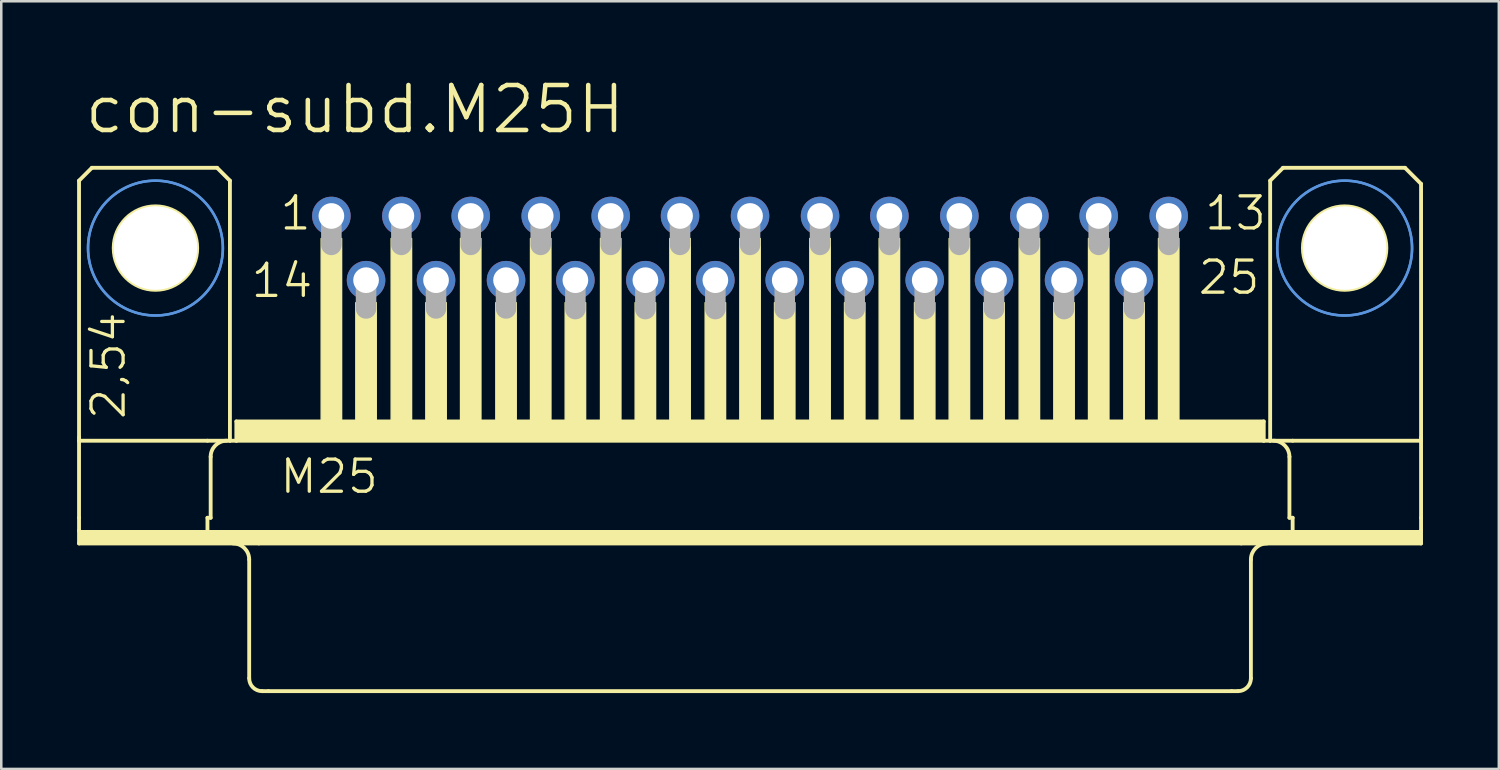
<source format=kicad_pcb>
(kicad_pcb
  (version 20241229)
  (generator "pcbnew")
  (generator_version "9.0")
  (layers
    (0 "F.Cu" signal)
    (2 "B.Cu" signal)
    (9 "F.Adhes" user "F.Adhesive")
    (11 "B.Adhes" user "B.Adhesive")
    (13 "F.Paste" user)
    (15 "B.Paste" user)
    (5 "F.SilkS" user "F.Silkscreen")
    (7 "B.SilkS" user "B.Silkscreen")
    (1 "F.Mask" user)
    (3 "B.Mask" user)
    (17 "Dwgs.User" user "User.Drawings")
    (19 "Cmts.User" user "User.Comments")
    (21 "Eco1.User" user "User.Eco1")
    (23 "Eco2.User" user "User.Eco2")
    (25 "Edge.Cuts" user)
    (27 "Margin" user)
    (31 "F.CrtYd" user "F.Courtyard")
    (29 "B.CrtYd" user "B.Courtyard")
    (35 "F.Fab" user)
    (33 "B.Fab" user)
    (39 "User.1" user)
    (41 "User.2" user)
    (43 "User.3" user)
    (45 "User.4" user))
  (footprint "con-subd.M25H"
    (layer "F.Cu")
    (at 26.619 6.763)
    (property "Reference" "con-subd.M25H" (at -26.416 -4.445 0) (layer "F.SilkS") (effects (font (size 1.778 1.778) (thickness 0.18)) (justify left bottom)))
    (attr through_hole)
    (fp_line (start -26.543 -2.667) (end -26.543 7.493) (stroke (width 0.152) (type default)) (layer "F.SilkS"))
    (fp_line (start -26.543 7.62) (end -26.543 7.493) (stroke (width 0.152) (type default)) (layer "F.SilkS"))
    (fp_line (start -26.543 10.668) (end -26.543 7.62) (stroke (width 0.152) (type default)) (layer "F.SilkS"))
    (fp_line (start -26.543 11.176) (end -26.543 10.668) (stroke (width 0.152) (type default)) (layer "F.SilkS"))
    (fp_line (start -26.543 11.684) (end -26.543 11.176) (stroke (width 0.152) (type default)) (layer "F.SilkS"))
    (fp_line (start -26.035 -3.175) (end -26.543 -2.667) (stroke (width 0.152) (type default)) (layer "F.SilkS"))
    (fp_line (start -21.463 7.62) (end -26.543 7.62) (stroke (width 0.152) (type default)) (layer "F.SilkS"))
    (fp_line (start -21.463 10.668) (end -21.463 11.176) (stroke (width 0.152) (type default)) (layer "F.SilkS"))
    (fp_line (start -21.336 8.255) (end -21.336 10.668) (stroke (width 0.152) (type default)) (layer "F.SilkS"))
    (fp_line (start -21.336 10.668) (end -21.463 10.668) (stroke (width 0.152) (type default)) (layer "F.SilkS"))
    (fp_line (start -21.082 -3.175) (end -26.035 -3.175) (stroke (width 0.152) (type default)) (layer "F.SilkS"))
    (fp_line (start -20.574 -2.667) (end -21.082 -3.175) (stroke (width 0.152) (type default)) (layer "F.SilkS"))
    (fp_line (start -20.574 -2.667) (end -20.574 7.62) (stroke (width 0.152) (type default)) (layer "F.SilkS"))
    (fp_line (start -20.574 7.62) (end -21.463 7.62) (stroke (width 0.152) (type default)) (layer "F.SilkS"))
    (fp_line (start -20.32 7.62) (end -20.574 7.62) (stroke (width 0.152) (type default)) (layer "F.SilkS"))
    (fp_line (start -20.32 7.62) (end -20.32 6.858) (stroke (width 0.152) (type default)) (layer "F.SilkS"))
    (fp_line (start -19.812 12.319) (end -19.812 17.018) (stroke (width 0.152) (type default)) (layer "F.SilkS"))
    (fp_line (start -19.431 11.684) (end -26.543 11.684) (stroke (width 0.152) (type default)) (layer "F.SilkS"))
    (fp_line (start -19.05 17.526) (end -19.304 17.526) (stroke (width 0.152) (type default)) (layer "F.SilkS"))
    (fp_line (start 19.05 17.526) (end -19.05 17.526) (stroke (width 0.152) (type default)) (layer "F.SilkS"))
    (fp_line (start 19.304 17.526) (end 19.05 17.526) (stroke (width 0.152) (type default)) (layer "F.SilkS"))
    (fp_line (start 19.431 11.684) (end -19.431 11.684) (stroke (width 0.152) (type default)) (layer "F.SilkS"))
    (fp_line (start 19.812 12.319) (end 19.812 17.018) (stroke (width 0.152) (type default)) (layer "F.SilkS"))
    (fp_line (start 20.32 6.858) (end -20.32 6.858) (stroke (width 0.152) (type default)) (layer "F.SilkS"))
    (fp_line (start 20.32 7.62) (end -20.32 7.62) (stroke (width 0.152) (type default)) (layer "F.SilkS"))
    (fp_line (start 20.32 7.62) (end 20.32 6.858) (stroke (width 0.152) (type default)) (layer "F.SilkS"))
    (fp_line (start 20.574 -2.667) (end 20.574 7.62) (stroke (width 0.152) (type default)) (layer "F.SilkS"))
    (fp_line (start 20.574 7.62) (end 20.32 7.62) (stroke (width 0.152) (type default)) (layer "F.SilkS"))
    (fp_line (start 21.082 -3.175) (end 20.574 -2.667) (stroke (width 0.152) (type default)) (layer "F.SilkS"))
    (fp_line (start 21.082 -3.175) (end 25.908 -3.175) (stroke (width 0.152) (type default)) (layer "F.SilkS"))
    (fp_line (start 21.336 8.255) (end 21.336 10.668) (stroke (width 0.152) (type default)) (layer "F.SilkS"))
    (fp_line (start 21.463 7.62) (end 20.574 7.62) (stroke (width 0.152) (type default)) (layer "F.SilkS"))
    (fp_line (start 21.463 10.668) (end 21.336 10.668) (stroke (width 0.152) (type default)) (layer "F.SilkS"))
    (fp_line (start 21.463 10.668) (end 21.463 11.176) (stroke (width 0.152) (type default)) (layer "F.SilkS"))
    (fp_line (start 25.908 -3.175) (end 26.543 -2.54) (stroke (width 0.152) (type default)) (layer "F.SilkS"))
    (fp_line (start 26.543 -2.54) (end 26.543 7.493) (stroke (width 0.152) (type default)) (layer "F.SilkS"))
    (fp_line (start 26.543 7.62) (end 21.463 7.62) (stroke (width 0.152) (type default)) (layer "F.SilkS"))
    (fp_line (start 26.543 7.62) (end 26.543 7.493) (stroke (width 0.152) (type default)) (layer "F.SilkS"))
    (fp_line (start 26.543 7.62) (end 26.543 10.668) (stroke (width 0.152) (type default)) (layer "F.SilkS"))
    (fp_line (start 26.543 10.668) (end 26.543 11.176) (stroke (width 0.152) (type default)) (layer "F.SilkS"))
    (fp_line (start 26.543 11.176) (end 26.543 11.684) (stroke (width 0.152) (type default)) (layer "F.SilkS"))
    (fp_line (start 26.543 11.684) (end 19.431 11.684) (stroke (width 0.152) (type default)) (layer "F.SilkS"))
    (fp_rect (start -26.543 11.684) (end 26.543 11.176) (stroke (width 0.05) (type default)) (fill yes) (layer "F.SilkS"))
    (fp_rect (start -20.32 7.62) (end 20.32 6.858) (stroke (width 0.05) (type default)) (fill yes) (layer "F.SilkS"))
    (fp_rect (start -16.967 6.858) (end -16.154 -0.381) (stroke (width 0.05) (type default)) (fill yes) (layer "F.SilkS"))
    (fp_rect (start -15.596 6.858) (end -14.783 2.159) (stroke (width 0.05) (type default)) (fill yes) (layer "F.SilkS"))
    (fp_rect (start -14.199 6.858) (end -13.386 -0.381) (stroke (width 0.05) (type default)) (fill yes) (layer "F.SilkS"))
    (fp_rect (start -12.827 6.858) (end -12.014 2.159) (stroke (width 0.05) (type default)) (fill yes) (layer "F.SilkS"))
    (fp_rect (start -11.455 6.858) (end -10.643 -0.381) (stroke (width 0.05) (type default)) (fill yes) (layer "F.SilkS"))
    (fp_rect (start -10.058 6.858) (end -9.246 2.159) (stroke (width 0.05) (type default)) (fill yes) (layer "F.SilkS"))
    (fp_rect (start -8.687 6.858) (end -7.874 -0.381) (stroke (width 0.05) (type default)) (fill yes) (layer "F.SilkS"))
    (fp_rect (start -7.315 6.858) (end -6.502 2.159) (stroke (width 0.05) (type default)) (fill yes) (layer "F.SilkS"))
    (fp_rect (start -5.918 6.858) (end -5.105 -0.381) (stroke (width 0.05) (type default)) (fill yes) (layer "F.SilkS"))
    (fp_rect (start -4.547 6.858) (end -3.734 2.159) (stroke (width 0.05) (type default)) (fill yes) (layer "F.SilkS"))
    (fp_rect (start -3.175 6.858) (end -2.362 -0.381) (stroke (width 0.05) (type default)) (fill yes) (layer "F.SilkS"))
    (fp_rect (start -1.778 6.858) (end -0.965 2.159) (stroke (width 0.05) (type default)) (fill yes) (layer "F.SilkS"))
    (fp_rect (start -0.406 6.858) (end 0.406 -0.381) (stroke (width 0.05) (type default)) (fill yes) (layer "F.SilkS"))
    (fp_rect (start 0.965 6.858) (end 1.778 2.159) (stroke (width 0.05) (type default)) (fill yes) (layer "F.SilkS"))
    (fp_rect (start 2.362 6.858) (end 3.175 -0.381) (stroke (width 0.05) (type default)) (fill yes) (layer "F.SilkS"))
    (fp_rect (start 3.734 6.858) (end 4.547 2.159) (stroke (width 0.05) (type default)) (fill yes) (layer "F.SilkS"))
    (fp_rect (start 5.105 6.858) (end 5.918 -0.381) (stroke (width 0.05) (type default)) (fill yes) (layer "F.SilkS"))
    (fp_rect (start 6.502 6.858) (end 7.315 2.159) (stroke (width 0.05) (type default)) (fill yes) (layer "F.SilkS"))
    (fp_rect (start 7.874 6.858) (end 8.687 -0.381) (stroke (width 0.05) (type default)) (fill yes) (layer "F.SilkS"))
    (fp_rect (start 9.246 6.858) (end 10.058 2.159) (stroke (width 0.05) (type default)) (fill yes) (layer "F.SilkS"))
    (fp_rect (start 10.643 6.858) (end 11.455 -0.381) (stroke (width 0.05) (type default)) (fill yes) (layer "F.SilkS"))
    (fp_rect (start 12.014 6.858) (end 12.827 2.159) (stroke (width 0.05) (type default)) (fill yes) (layer "F.SilkS"))
    (fp_rect (start 13.386 6.858) (end 14.199 -0.381) (stroke (width 0.05) (type default)) (fill yes) (layer "F.SilkS"))
    (fp_rect (start 14.783 6.858) (end 15.596 2.159) (stroke (width 0.05) (type default)) (fill yes) (layer "F.SilkS"))
    (fp_rect (start 16.154 6.858) (end 16.967 -0.381) (stroke (width 0.05) (type default)) (fill yes) (layer "F.SilkS"))
    (fp_arc (start -21.336 8.255) (mid -21.150013 7.805987) (end -20.701 7.62) (stroke (width 0.1524) (type default)) (layer "F.SilkS"))
    (fp_arc (start -20.447 11.684) (mid -19.997987 11.869987) (end -19.812 12.319) (stroke (width 0.1524) (type default)) (layer "F.SilkS"))
    (fp_arc (start -19.304 17.526) (mid -19.66321 17.37721) (end -19.812 17.018) (stroke (width 0.1524) (type default)) (layer "F.SilkS"))
    (fp_arc (start 19.812 12.319) (mid 19.997987 11.869987) (end 20.447 11.684) (stroke (width 0.1524) (type default)) (layer "F.SilkS"))
    (fp_arc (start 19.812 17.018) (mid 19.66321 17.37721) (end 19.304 17.526) (stroke (width 0.1524) (type default)) (layer "F.SilkS"))
    (fp_arc (start 20.701 7.62) (mid 21.150013 7.805987) (end 21.336 8.255) (stroke (width 0.1524) (type default)) (layer "F.SilkS"))
    (fp_circle (center -23.52 0) (end -21.869 0) (stroke (width 0.152) (type default)) (fill no) (layer "F.SilkS"))
    (fp_circle (center 23.52 0) (end 25.171 0) (stroke (width 0.152) (type default)) (fill no) (layer "F.SilkS"))
    (fp_circle (center -23.52 0) (end -20.853 0) (stroke (width 0.1) (type default)) (fill no) (layer "Cmts.User"))
    (fp_circle (center -23.52 0) (end -20.853 0) (stroke (width 0.1) (type default)) (fill no) (layer "Cmts.User"))
    (fp_circle (center 23.52 0) (end 26.187 0) (stroke (width 0.1) (type default)) (fill no) (layer "Cmts.User"))
    (fp_circle (center 23.52 0) (end 26.187 0) (stroke (width 0.1) (type default)) (fill no) (layer "Cmts.User"))
    (fp_line (start -16.561 -1.143) (end -16.561 -0.127) (stroke (width 0.813) (type default)) (layer "F.Fab"))
    (fp_line (start -15.189 1.372) (end -15.189 2.388) (stroke (width 0.813) (type default)) (layer "F.Fab"))
    (fp_line (start -13.792 -1.143) (end -13.792 -0.127) (stroke (width 0.813) (type default)) (layer "F.Fab"))
    (fp_line (start -12.421 1.372) (end -12.421 2.388) (stroke (width 0.813) (type default)) (layer "F.Fab"))
    (fp_line (start -11.049 -1.143) (end -11.049 -0.127) (stroke (width 0.813) (type default)) (layer "F.Fab"))
    (fp_line (start -9.652 1.372) (end -9.652 2.388) (stroke (width 0.813) (type default)) (layer "F.Fab"))
    (fp_line (start -8.28 -1.143) (end -8.28 -0.127) (stroke (width 0.813) (type default)) (layer "F.Fab"))
    (fp_line (start -6.909 1.397) (end -6.909 2.413) (stroke (width 0.813) (type default)) (layer "F.Fab"))
    (fp_line (start -5.512 -1.143) (end -5.512 -0.127) (stroke (width 0.813) (type default)) (layer "F.Fab"))
    (fp_line (start -4.14 1.397) (end -4.14 2.413) (stroke (width 0.813) (type default)) (layer "F.Fab"))
    (fp_line (start -2.769 -1.143) (end -2.769 -0.127) (stroke (width 0.813) (type default)) (layer "F.Fab"))
    (fp_line (start -1.372 1.397) (end -1.372 2.413) (stroke (width 0.813) (type default)) (layer "F.Fab"))
    (fp_line (start 0 -1.143) (end 0 -0.127) (stroke (width 0.813) (type default)) (layer "F.Fab"))
    (fp_line (start 1.372 1.397) (end 1.372 2.413) (stroke (width 0.813) (type default)) (layer "F.Fab"))
    (fp_line (start 2.769 -1.143) (end 2.769 -0.127) (stroke (width 0.813) (type default)) (layer "F.Fab"))
    (fp_line (start 4.14 1.397) (end 4.14 2.413) (stroke (width 0.813) (type default)) (layer "F.Fab"))
    (fp_line (start 5.512 -1.143) (end 5.512 -0.127) (stroke (width 0.813) (type default)) (layer "F.Fab"))
    (fp_line (start 6.909 1.397) (end 6.909 2.413) (stroke (width 0.813) (type default)) (layer "F.Fab"))
    (fp_line (start 8.28 -1.143) (end 8.28 -0.127) (stroke (width 0.813) (type default)) (layer "F.Fab"))
    (fp_line (start 9.652 1.397) (end 9.652 2.413) (stroke (width 0.813) (type default)) (layer "F.Fab"))
    (fp_line (start 11.049 -1.143) (end 11.049 -0.127) (stroke (width 0.813) (type default)) (layer "F.Fab"))
    (fp_line (start 12.421 1.397) (end 12.421 2.413) (stroke (width 0.813) (type default)) (layer "F.Fab"))
    (fp_line (start 13.792 -1.143) (end 13.792 -0.127) (stroke (width 0.813) (type default)) (layer "F.Fab"))
    (fp_line (start 15.189 1.397) (end 15.189 2.413) (stroke (width 0.813) (type default)) (layer "F.Fab"))
    (fp_line (start 16.561 -1.143) (end 16.561 -0.127) (stroke (width 0.813) (type default)) (layer "F.Fab"))
    (fp_text user "2,54" (at -24.638 6.858 90) (layer "F.SilkS") (effects (font (size 1.27 1.27) (thickness 0.13)) (justify left bottom)))
    (fp_text user "13" (at 17.907 -0.635 0) (layer "F.SilkS") (effects (font (size 1.27 1.27) (thickness 0.13)) (justify left bottom)))
    (fp_text user "1" (at -18.669 -0.635 0) (layer "F.SilkS") (effects (font (size 1.27 1.27) (thickness 0.13)) (justify left bottom)))
    (fp_text user "25" (at 17.653 1.905 0) (layer "F.SilkS") (effects (font (size 1.27 1.27) (thickness 0.13)) (justify left bottom)))
    (fp_text user "14" (at -19.812 2.032 0) (layer "F.SilkS") (effects (font (size 1.27 1.27) (thickness 0.13)) (justify left bottom)))
    (fp_text user "M25" (at -18.669 9.779 0) (layer "F.SilkS") (effects (font (size 1.27 1.27) (thickness 0.13)) (justify left bottom)))
    (pad "" np_thru_hole circle (at -23.52 0) (size 3.302 3.302) (drill 3.302) (layers "*.Cu" "*.Mask"))
    (pad "" np_thru_hole circle (at 23.52 0) (size 3.302 3.302) (drill 3.302) (layers "*.Cu" "*.Mask"))
    (pad "1" thru_hole circle (at -16.561 -1.27) (size 1.524 1.524) (drill 1.016) (layers "*.Cu" "*.Mask"))
    (pad "2" thru_hole circle (at -13.792 -1.27) (size 1.524 1.524) (drill 1.016) (layers "*.Cu" "*.Mask"))
    (pad "3" thru_hole circle (at -11.049 -1.27) (size 1.524 1.524) (drill 1.016) (layers "*.Cu" "*.Mask"))
    (pad "4" thru_hole circle (at -8.28 -1.27) (size 1.524 1.524) (drill 1.016) (layers "*.Cu" "*.Mask"))
    (pad "5" thru_hole circle (at -5.512 -1.27) (size 1.524 1.524) (drill 1.016) (layers "*.Cu" "*.Mask"))
    (pad "6" thru_hole circle (at -2.769 -1.27) (size 1.524 1.524) (drill 1.016) (layers "*.Cu" "*.Mask"))
    (pad "7" thru_hole circle (at 0 -1.27) (size 1.524 1.524) (drill 1.016) (layers "*.Cu" "*.Mask"))
    (pad "8" thru_hole circle (at 2.769 -1.27) (size 1.524 1.524) (drill 1.016) (layers "*.Cu" "*.Mask"))
    (pad "9" thru_hole circle (at 5.512 -1.27) (size 1.524 1.524) (drill 1.016) (layers "*.Cu" "*.Mask"))
    (pad "10" thru_hole circle (at 8.28 -1.27) (size 1.524 1.524) (drill 1.016) (layers "*.Cu" "*.Mask"))
    (pad "11" thru_hole circle (at 11.049 -1.27) (size 1.524 1.524) (drill 1.016) (layers "*.Cu" "*.Mask"))
    (pad "12" thru_hole circle (at 13.792 -1.27) (size 1.524 1.524) (drill 1.016) (layers "*.Cu" "*.Mask"))
    (pad "13" thru_hole circle (at 16.561 -1.27) (size 1.524 1.524) (drill 1.016) (layers "*.Cu" "*.Mask"))
    (pad "14" thru_hole circle (at -15.189 1.27) (size 1.524 1.524) (drill 1.016) (layers "*.Cu" "*.Mask"))
    (pad "15" thru_hole circle (at -12.421 1.27) (size 1.524 1.524) (drill 1.016) (layers "*.Cu" "*.Mask"))
    (pad "16" thru_hole circle (at -9.652 1.27) (size 1.524 1.524) (drill 1.016) (layers "*.Cu" "*.Mask"))
    (pad "17" thru_hole circle (at -6.909 1.27) (size 1.524 1.524) (drill 1.016) (layers "*.Cu" "*.Mask"))
    (pad "18" thru_hole circle (at -4.14 1.27) (size 1.524 1.524) (drill 1.016) (layers "*.Cu" "*.Mask"))
    (pad "19" thru_hole circle (at -1.372 1.27) (size 1.524 1.524) (drill 1.016) (layers "*.Cu" "*.Mask"))
    (pad "20" thru_hole circle (at 1.372 1.27) (size 1.524 1.524) (drill 1.016) (layers "*.Cu" "*.Mask"))
    (pad "21" thru_hole circle (at 4.14 1.27) (size 1.524 1.524) (drill 1.016) (layers "*.Cu" "*.Mask"))
    (pad "22" thru_hole circle (at 6.909 1.27) (size 1.524 1.524) (drill 1.016) (layers "*.Cu" "*.Mask"))
    (pad "23" thru_hole circle (at 9.652 1.27) (size 1.524 1.524) (drill 1.016) (layers "*.Cu" "*.Mask"))
    (pad "24" thru_hole circle (at 12.421 1.27) (size 1.524 1.524) (drill 1.016) (layers "*.Cu" "*.Mask"))
    (pad "25" thru_hole circle (at 15.189 1.27) (size 1.524 1.524) (drill 1.016) (layers "*.Cu" "*.Mask")))
  (gr_rect
    (start -3 -3)
    (end 56.238 27.365)
    (stroke (width 0.1) (type default))
    (fill no)
    (layer "Edge.Cuts")))
</source>
